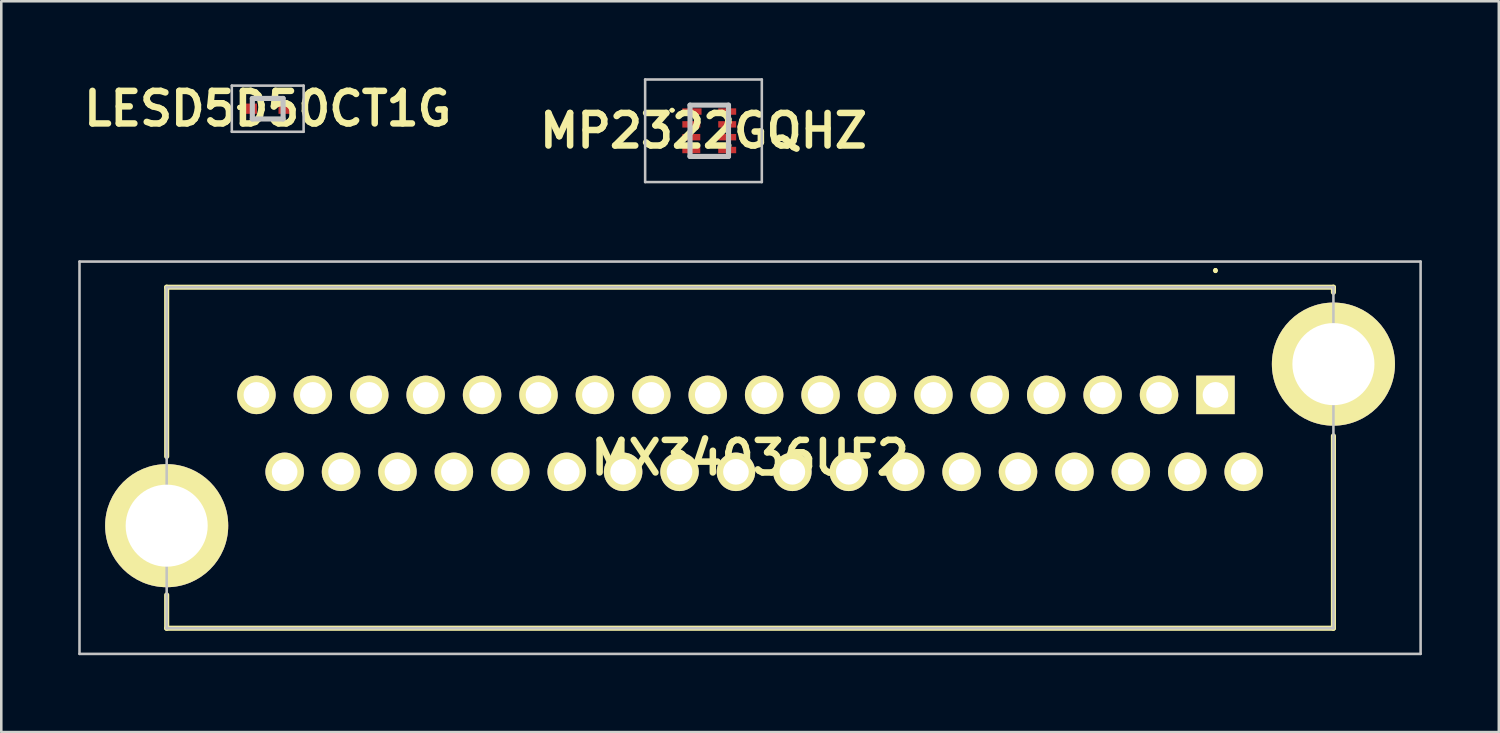
<source format=kicad_pcb>
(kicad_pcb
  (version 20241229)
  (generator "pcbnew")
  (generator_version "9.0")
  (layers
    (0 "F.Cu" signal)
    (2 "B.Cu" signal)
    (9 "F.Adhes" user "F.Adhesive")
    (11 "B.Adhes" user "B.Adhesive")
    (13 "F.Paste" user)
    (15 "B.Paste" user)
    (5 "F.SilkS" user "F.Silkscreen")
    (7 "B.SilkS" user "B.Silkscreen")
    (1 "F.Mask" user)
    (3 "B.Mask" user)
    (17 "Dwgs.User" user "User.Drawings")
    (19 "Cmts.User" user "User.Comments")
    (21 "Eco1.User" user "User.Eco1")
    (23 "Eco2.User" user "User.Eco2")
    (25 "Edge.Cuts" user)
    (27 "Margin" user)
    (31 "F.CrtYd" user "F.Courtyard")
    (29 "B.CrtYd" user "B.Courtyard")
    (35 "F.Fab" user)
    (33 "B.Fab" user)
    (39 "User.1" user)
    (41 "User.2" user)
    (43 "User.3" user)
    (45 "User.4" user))
  (footprint "MX34036UF2"
    (layer "F.Cu")
    (at 44.35 12.35)
    (property "Reference" "MX34036UF2" (at -18.15 2.45 0) (layer "F.SilkS") (effects (font (size 1.27 1.27) (thickness 0.254))))
    (attr through_hole exclude_from_pos_files)
    (fp_line (start -40.9 -4.2) (end -40.9 2.4) (stroke (width 0.2) (type solid)) (layer "F.SilkS"))
    (fp_line (start -40.9 7.8) (end -40.9 9.1) (stroke (width 0.2) (type solid)) (layer "F.SilkS"))
    (fp_line (start -40.9 9.1) (end 4.6 9.1) (stroke (width 0.2) (type solid)) (layer "F.SilkS"))
    (fp_line (start 0 -4.9) (end 0 -4.9) (stroke (width 0.1) (type solid)) (layer "F.SilkS"))
    (fp_line (start 0 -4.8) (end 0 -4.8) (stroke (width 0.1) (type solid)) (layer "F.SilkS"))
    (fp_line (start 4.6 -4.2) (end -40.9 -4.2) (stroke (width 0.2) (type solid)) (layer "F.SilkS"))
    (fp_line (start 4.6 -4) (end 4.6 -4.2) (stroke (width 0.2) (type solid)) (layer "F.SilkS"))
    (fp_line (start 4.6 9.1) (end 4.6 1.6) (stroke (width 0.2) (type solid)) (layer "F.SilkS"))
    (fp_arc (start 0 -4.9) (mid 0.05 -4.85) (end 0 -4.8) (stroke (width 0.1) (type solid)) (layer "F.SilkS"))
    (fp_arc (start 0 -4.8) (mid -0.05 -4.85) (end 0 -4.9) (stroke (width 0.1) (type solid)) (layer "F.SilkS"))
    (fp_line (start -44.3 -5.2) (end 8 -5.2) (stroke (width 0.1) (type solid)) (layer "Dwgs.User"))
    (fp_line (start -44.3 10.1) (end -44.3 -5.2) (stroke (width 0.1) (type solid)) (layer "Dwgs.User"))
    (fp_line (start -40.9 -4.2) (end -40.9 9.1) (stroke (width 0.1) (type solid)) (layer "Dwgs.User"))
    (fp_line (start -40.9 9.1) (end 4.6 9.1) (stroke (width 0.1) (type solid)) (layer "Dwgs.User"))
    (fp_line (start 4.6 -4.2) (end -40.9 -4.2) (stroke (width 0.1) (type solid)) (layer "Dwgs.User"))
    (fp_line (start 4.6 9.1) (end 4.6 -4.2) (stroke (width 0.1) (type solid)) (layer "Dwgs.User"))
    (fp_line (start 8 -5.2) (end 8 10.1) (stroke (width 0.1) (type solid)) (layer "Dwgs.User"))
    (fp_line (start 8 10.1) (end -44.3 10.1) (stroke (width 0.1) (type solid)) (layer "Dwgs.User"))
    (pad "1" thru_hole rect (at 0 0 90) (size 1.5 1.5) (drill 1) (layers "*.Cu" "*.Mask" "F.SilkS"))
    (pad "2" thru_hole circle (at -2.2 0 90) (size 1.5 1.5) (drill 1) (layers "*.Cu" "*.Mask" "F.SilkS"))
    (pad "3" thru_hole circle (at -4.4 0 90) (size 1.5 1.5) (drill 1) (layers "*.Cu" "*.Mask" "F.SilkS"))
    (pad "4" thru_hole circle (at -6.6 0 90) (size 1.5 1.5) (drill 1) (layers "*.Cu" "*.Mask" "F.SilkS"))
    (pad "5" thru_hole circle (at -8.8 0 90) (size 1.5 1.5) (drill 1) (layers "*.Cu" "*.Mask" "F.SilkS"))
    (pad "6" thru_hole circle (at -11 0 90) (size 1.5 1.5) (drill 1) (layers "*.Cu" "*.Mask" "F.SilkS"))
    (pad "7" thru_hole circle (at -13.2 0 90) (size 1.5 1.5) (drill 1) (layers "*.Cu" "*.Mask" "F.SilkS"))
    (pad "8" thru_hole circle (at -15.4 0 90) (size 1.5 1.5) (drill 1) (layers "*.Cu" "*.Mask" "F.SilkS"))
    (pad "9" thru_hole circle (at -17.6 0 90) (size 1.5 1.5) (drill 1) (layers "*.Cu" "*.Mask" "F.SilkS"))
    (pad "10" thru_hole circle (at -19.8 0 90) (size 1.5 1.5) (drill 1) (layers "*.Cu" "*.Mask" "F.SilkS"))
    (pad "11" thru_hole circle (at -22 0 90) (size 1.5 1.5) (drill 1) (layers "*.Cu" "*.Mask" "F.SilkS"))
    (pad "12" thru_hole circle (at -24.2 0 90) (size 1.5 1.5) (drill 1) (layers "*.Cu" "*.Mask" "F.SilkS"))
    (pad "13" thru_hole circle (at -26.4 0 90) (size 1.5 1.5) (drill 1) (layers "*.Cu" "*.Mask" "F.SilkS"))
    (pad "14" thru_hole circle (at -28.6 0 90) (size 1.5 1.5) (drill 1) (layers "*.Cu" "*.Mask" "F.SilkS"))
    (pad "15" thru_hole circle (at -30.8 0 90) (size 1.5 1.5) (drill 1) (layers "*.Cu" "*.Mask" "F.SilkS"))
    (pad "16" thru_hole circle (at -33 0 90) (size 1.5 1.5) (drill 1) (layers "*.Cu" "*.Mask" "F.SilkS"))
    (pad "17" thru_hole circle (at -35.2 0 90) (size 1.5 1.5) (drill 1) (layers "*.Cu" "*.Mask" "F.SilkS"))
    (pad "18" thru_hole circle (at -37.4 0 90) (size 1.5 1.5) (drill 1) (layers "*.Cu" "*.Mask" "F.SilkS"))
    (pad "19" thru_hole circle (at 1.1 3 90) (size 1.5 1.5) (drill 1) (layers "*.Cu" "*.Mask" "F.SilkS"))
    (pad "20" thru_hole circle (at -1.1 3 90) (size 1.5 1.5) (drill 1) (layers "*.Cu" "*.Mask" "F.SilkS"))
    (pad "21" thru_hole circle (at -3.3 3 90) (size 1.5 1.5) (drill 1) (layers "*.Cu" "*.Mask" "F.SilkS"))
    (pad "22" thru_hole circle (at -5.5 3 90) (size 1.5 1.5) (drill 1) (layers "*.Cu" "*.Mask" "F.SilkS"))
    (pad "23" thru_hole circle (at -7.7 3 90) (size 1.5 1.5) (drill 1) (layers "*.Cu" "*.Mask" "F.SilkS"))
    (pad "24" thru_hole circle (at -9.9 3 90) (size 1.5 1.5) (drill 1) (layers "*.Cu" "*.Mask" "F.SilkS"))
    (pad "25" thru_hole circle (at -12.1 3 90) (size 1.5 1.5) (drill 1) (layers "*.Cu" "*.Mask" "F.SilkS"))
    (pad "26" thru_hole circle (at -14.3 3 90) (size 1.5 1.5) (drill 1) (layers "*.Cu" "*.Mask" "F.SilkS"))
    (pad "27" thru_hole circle (at -16.5 3 90) (size 1.5 1.5) (drill 1) (layers "*.Cu" "*.Mask" "F.SilkS"))
    (pad "28" thru_hole circle (at -18.7 3 90) (size 1.5 1.5) (drill 1) (layers "*.Cu" "*.Mask" "F.SilkS"))
    (pad "29" thru_hole circle (at -20.9 3 90) (size 1.5 1.5) (drill 1) (layers "*.Cu" "*.Mask" "F.SilkS"))
    (pad "30" thru_hole circle (at -23.1 3 90) (size 1.5 1.5) (drill 1) (layers "*.Cu" "*.Mask" "F.SilkS"))
    (pad "31" thru_hole circle (at -25.3 3 90) (size 1.5 1.5) (drill 1) (layers "*.Cu" "*.Mask" "F.SilkS"))
    (pad "32" thru_hole circle (at -27.5 3 90) (size 1.5 1.5) (drill 1) (layers "*.Cu" "*.Mask" "F.SilkS"))
    (pad "33" thru_hole circle (at -29.7 3 90) (size 1.5 1.5) (drill 1) (layers "*.Cu" "*.Mask" "F.SilkS"))
    (pad "34" thru_hole circle (at -31.9 3 90) (size 1.5 1.5) (drill 1) (layers "*.Cu" "*.Mask" "F.SilkS"))
    (pad "35" thru_hole circle (at -34.1 3 90) (size 1.5 1.5) (drill 1) (layers "*.Cu" "*.Mask" "F.SilkS"))
    (pad "36" thru_hole circle (at -36.3 3 90) (size 1.5 1.5) (drill 1) (layers "*.Cu" "*.Mask" "F.SilkS"))
    (pad "MH1" thru_hole circle (at 4.6 -1.2 90) (size 4.8 4.8) (drill 3.2) (layers "*.Cu" "*.Mask" "F.SilkS"))
    (pad "MH2" thru_hole circle (at -40.9 5.1 90) (size 4.8 4.8) (drill 3.2) (layers "*.Cu" "*.Mask" "F.SilkS")))
  (footprint "LESD5D50CT1G"
    (layer "F.Cu")
    (at 7.39 1.189)
    (property "Reference" "LESD5D50CT1G" (at 0 0 0) (layer "F.SilkS") (effects (font (size 1.27 1.27) (thickness 0.254))))
    (attr smd)
    (fp_line (start -1.1 -0.1) (end -1.1 -0.1) (stroke (width 0.1) (type solid)) (layer "F.SilkS"))
    (fp_line (start -1.1 0) (end -1.1 0) (stroke (width 0.1) (type solid)) (layer "F.SilkS"))
    (fp_line (start -0.6 -0.4) (end 0.6 -0.4) (stroke (width 0.1) (type solid)) (layer "F.SilkS"))
    (fp_line (start -0.6 0.4) (end 0.6 0.4) (stroke (width 0.1) (type solid)) (layer "F.SilkS"))
    (fp_arc (start -1.1 -0.1) (mid -1.05 -0.05) (end -1.1 0) (stroke (width 0.1) (type solid)) (layer "F.SilkS"))
    (fp_arc (start -1.1 0) (mid -1.15 -0.05) (end -1.1 -0.1) (stroke (width 0.1) (type solid)) (layer "F.SilkS"))
    (fp_line (start -1.4 -0.9) (end 1.4 -0.9) (stroke (width 0.1) (type solid)) (layer "Dwgs.User"))
    (fp_line (start -1.4 0.9) (end -1.4 -0.9) (stroke (width 0.1) (type solid)) (layer "Dwgs.User"))
    (fp_line (start -0.6 -0.4) (end 0.6 -0.4) (stroke (width 0.2) (type solid)) (layer "Dwgs.User"))
    (fp_line (start -0.6 0.4) (end -0.6 -0.4) (stroke (width 0.2) (type solid)) (layer "Dwgs.User"))
    (fp_line (start 0.6 -0.4) (end 0.6 0.4) (stroke (width 0.2) (type solid)) (layer "Dwgs.User"))
    (fp_line (start 0.6 0.4) (end -0.6 0.4) (stroke (width 0.2) (type solid)) (layer "Dwgs.User"))
    (fp_line (start 1.4 -0.9) (end 1.4 0.9) (stroke (width 0.1) (type solid)) (layer "Dwgs.User"))
    (fp_line (start 1.4 0.9) (end -1.4 0.9) (stroke (width 0.1) (type solid)) (layer "Dwgs.User"))
    (pad "1" smd rect (at -0.66 0 90) (size 0.4 0.48) (layers "F.Cu" "F.Mask" "F.Paste"))
    (pad "2" smd rect (at 0.66 0 90) (size 0.4 0.48) (layers "F.Cu" "F.Mask" "F.Paste")))
  (footprint "MP2322GQHZ"
    (layer "F.Cu")
    (at 24.609 2.05)
    (property "Reference" "MP2322GQHZ" (at -0.225 0 0) (layer "F.SilkS") (effects (font (size 1.27 1.27) (thickness 0.254))))
    (attr smd)
    (fp_line (start -1.5 -0.8) (end -1.5 -0.8) (stroke (width 0.1) (type solid)) (layer "F.SilkS"))
    (fp_line (start -1.4 -0.8) (end -1.4 -0.8) (stroke (width 0.1) (type solid)) (layer "F.SilkS"))
    (fp_line (start -0.6 -1) (end 0.7 -1) (stroke (width 0.1) (type solid)) (layer "F.SilkS"))
    (fp_line (start -0.6 1) (end 0.6 1) (stroke (width 0.1) (type solid)) (layer "F.SilkS"))
    (fp_arc (start -1.5 -0.8) (mid -1.45 -0.85) (end -1.4 -0.8) (stroke (width 0.1) (type solid)) (layer "F.SilkS"))
    (fp_arc (start -1.4 -0.8) (mid -1.45 -0.75) (end -1.5 -0.8) (stroke (width 0.1) (type solid)) (layer "F.SilkS"))
    (fp_line (start -2.5 -2) (end 2.05 -2) (stroke (width 0.1) (type solid)) (layer "Dwgs.User"))
    (fp_line (start -2.5 2) (end -2.5 -2) (stroke (width 0.1) (type solid)) (layer "Dwgs.User"))
    (fp_line (start -0.75 -1) (end 0.75 -1) (stroke (width 0.2) (type solid)) (layer "Dwgs.User"))
    (fp_line (start -0.75 1) (end -0.75 -1) (stroke (width 0.2) (type solid)) (layer "Dwgs.User"))
    (fp_line (start 0.75 -1) (end 0.75 1) (stroke (width 0.2) (type solid)) (layer "Dwgs.User"))
    (fp_line (start 0.75 1) (end -0.75 1) (stroke (width 0.2) (type solid)) (layer "Dwgs.User"))
    (fp_line (start 2.05 -2) (end 2.05 2) (stroke (width 0.1) (type solid)) (layer "Dwgs.User"))
    (fp_line (start 2.05 2) (end -2.5 2) (stroke (width 0.1) (type solid)) (layer "Dwgs.User"))
    (pad "1" smd rect (at -0.675 -0.75 90) (size 0.25 0.75) (layers "F.Cu" "F.Mask" "F.Paste"))
    (pad "2" smd rect (at -0.7 -0.25 90) (size 0.25 0.7) (layers "F.Cu" "F.Mask" "F.Paste"))
    (pad "3" smd rect (at -0.7 0.25 90) (size 0.25 0.7) (layers "F.Cu" "F.Mask" "F.Paste"))
    (pad "4" smd rect (at -0.7 0.75 90) (size 0.25 0.7) (layers "F.Cu" "F.Mask" "F.Paste"))
    (pad "5" smd rect (at 0.7 0.75 90) (size 0.25 0.7) (layers "F.Cu" "F.Mask" "F.Paste"))
    (pad "6" smd rect (at 0.7 0.25 90) (size 0.25 0.7) (layers "F.Cu" "F.Mask" "F.Paste"))
    (pad "7" smd rect (at 0.7 -0.25 90) (size 0.25 0.7) (layers "F.Cu" "F.Mask" "F.Paste"))
    (pad "8" smd rect (at 0.7 -0.75 90) (size 0.25 0.7) (layers "F.Cu" "F.Mask" "F.Paste")))
  (gr_rect
    (start -3 -3)
    (end 55.4 25.5)
    (stroke (width 0.1) (type default))
    (fill no)
    (layer "Edge.Cuts")))
</source>
